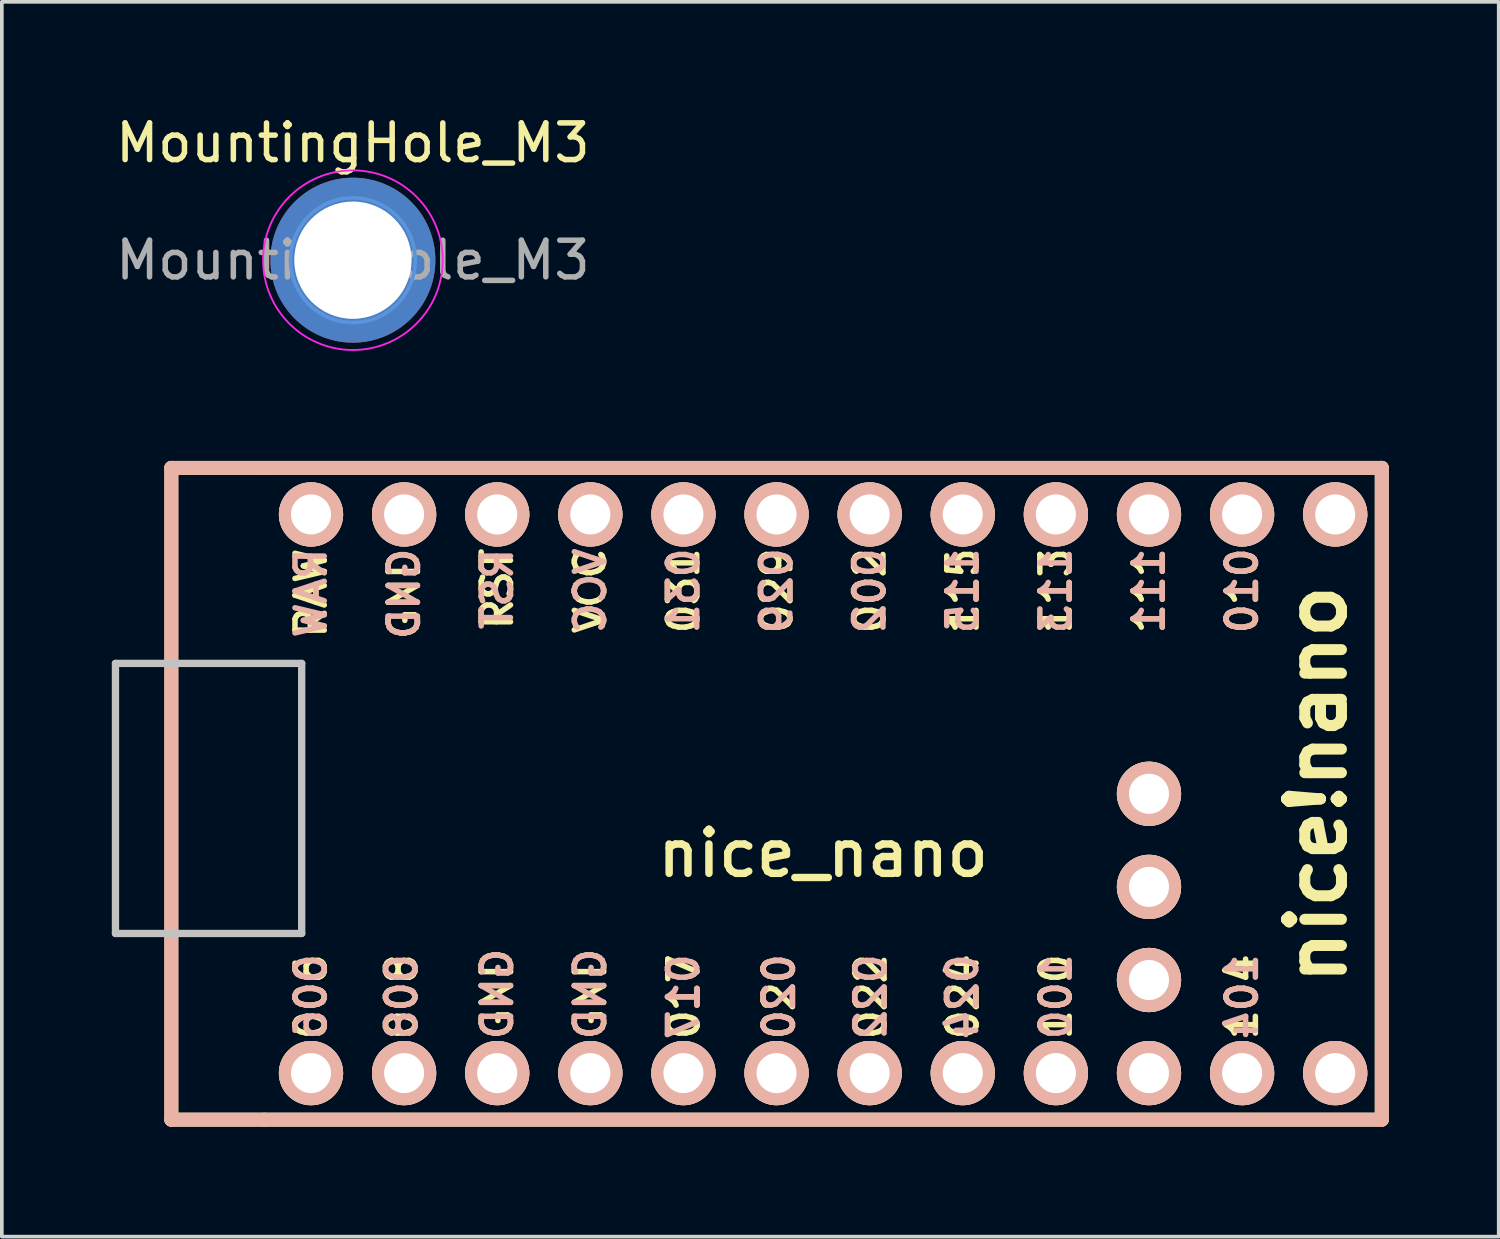
<source format=kicad_pcb>
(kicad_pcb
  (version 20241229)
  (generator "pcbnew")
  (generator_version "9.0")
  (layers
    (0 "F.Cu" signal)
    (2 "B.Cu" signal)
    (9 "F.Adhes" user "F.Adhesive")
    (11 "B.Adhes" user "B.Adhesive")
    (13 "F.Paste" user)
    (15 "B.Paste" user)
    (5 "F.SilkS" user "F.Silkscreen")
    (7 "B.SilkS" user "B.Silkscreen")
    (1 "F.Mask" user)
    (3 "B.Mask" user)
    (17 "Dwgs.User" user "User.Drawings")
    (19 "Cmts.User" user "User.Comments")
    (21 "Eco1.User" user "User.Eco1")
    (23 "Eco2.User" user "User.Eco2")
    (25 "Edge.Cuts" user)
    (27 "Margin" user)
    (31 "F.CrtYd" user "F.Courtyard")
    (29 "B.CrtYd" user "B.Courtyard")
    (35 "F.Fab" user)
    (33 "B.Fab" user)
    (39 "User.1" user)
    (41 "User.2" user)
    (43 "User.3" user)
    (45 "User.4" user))
  (footprint "MountingHole_M3"
    (layer "F.Cu")
    (at 6.577 4.048)
    (property "Reference" "MountingHole_M3" (at 0 -3.2 0) (layer "F.SilkS") (effects (font (size 1 1) (thickness 0.15))))
    (attr exclude_from_pos_files exclude_from_bom)
    (fp_circle (center 0 0) (end 1.7 0) (stroke (width 0.1) (type solid)) (fill no) (layer "Cmts.User"))
    (fp_circle (center 0 0) (end 2.45 0) (stroke (width 0.05) (type solid)) (fill no) (layer "F.CrtYd"))
    (fp_text user "${REFERENCE}" (at 0 0 0) (layer "F.Fab") (effects (font (size 1 1) (thickness 0.15))))
    (pad "1" thru_hole circle (at 0 0) (size 4.5 4.5) (drill 3.2) (layers "*.Cu" "*.Mask")))
  (footprint "nice_nano"
    (layer "F.Cu")
    (at 19.404 18.604)
    (property "Reference" "nice_nano" (at 0 1.625 180) (layer "F.SilkS") (effects (font (size 1.2 1.2) (thickness 0.203))))
    (attr through_hole exclude_from_pos_files exclude_from_bom)
    (fp_line (start -17.78 -8.89) (end -17.78 8.89) (stroke (width 0.381) (type solid)) (layer "F.SilkS"))
    (fp_line (start -17.78 8.89) (end -15.24 8.89) (stroke (width 0.381) (type solid)) (layer "F.SilkS"))
    (fp_line (start -15.24 -8.89) (end -17.78 -8.89) (stroke (width 0.381) (type solid)) (layer "F.SilkS"))
    (fp_line (start -15.24 8.89) (end 15.24 8.89) (stroke (width 0.381) (type solid)) (layer "F.SilkS"))
    (fp_line (start 15.24 -8.89) (end -15.24 -8.89) (stroke (width 0.381) (type solid)) (layer "F.SilkS"))
    (fp_line (start 15.24 8.89) (end 15.24 -8.89) (stroke (width 0.381) (type solid)) (layer "F.SilkS"))
    (fp_line (start -17.78 -8.89) (end -17.78 8.89) (stroke (width 0.381) (type solid)) (layer "B.SilkS"))
    (fp_line (start -17.78 8.89) (end 15.24 8.89) (stroke (width 0.381) (type solid)) (layer "B.SilkS"))
    (fp_line (start 15.24 -8.89) (end -17.78 -8.89) (stroke (width 0.381) (type solid)) (layer "B.SilkS"))
    (fp_line (start 15.24 8.89) (end 15.24 -8.89) (stroke (width 0.381) (type solid)) (layer "B.SilkS"))
    (fp_line (start -19.304 -3.556) (end -14.224 -3.556) (stroke (width 0.2) (type solid)) (layer "Dwgs.User"))
    (fp_line (start -19.304 3.81) (end -19.304 -3.556) (stroke (width 0.2) (type solid)) (layer "Dwgs.User"))
    (fp_line (start -14.224 -3.556) (end -14.224 3.81) (stroke (width 0.2) (type solid)) (layer "Dwgs.User"))
    (fp_line (start -14.224 3.81) (end -19.304 3.81) (stroke (width 0.2) (type solid)) (layer "Dwgs.User"))
    (fp_text user "100" (at 6.35 5.537 90) (layer "F.SilkS") (effects (font (size 0.8 0.8) (thickness 0.15))))
    (fp_text user "111" (at 8.89 -5.537 90) (layer "F.SilkS") (effects (font (size 0.8 0.8) (thickness 0.15))))
    (fp_text user "nice!nano" (at 13.462 -0.254 90) (layer "F.SilkS") (effects (font (size 1.5 1.5) (thickness 0.3))))
    (fp_text user "GND" (at -8.89 5.461 90) (layer "F.SilkS") (effects (font (size 0.8 0.8) (thickness 0.15))))
    (fp_text user "022" (at 1.3 5.537 90) (layer "F.SilkS") (effects (font (size 0.8 0.8) (thickness 0.15))))
    (fp_text user "113" (at 6.35 -5.537 90) (layer "F.SilkS") (effects (font (size 0.8 0.8) (thickness 0.15))))
    (fp_text user "GND" (at -6.35 5.461 90) (layer "F.SilkS") (effects (font (size 0.8 0.8) (thickness 0.15))))
    (fp_text user "115" (at 3.81 -5.537 90) (layer "F.SilkS") (effects (font (size 0.8 0.8) (thickness 0.15))))
    (fp_text user "RAW" (at -13.97 -5.474 90) (layer "F.SilkS") (effects (font (size 0.8 0.8) (thickness 0.15))))
    (fp_text user "008" (at -11.5 5.537 90) (layer "F.SilkS") (effects (font (size 0.8 0.8) (thickness 0.15))))
    (fp_text user "104" (at 11.43 5.537 90) (layer "F.SilkS") (effects (font (size 0.8 0.8) (thickness 0.15))))
    (fp_text user "002" (at 1.27 -5.537 90) (layer "F.SilkS") (effects (font (size 0.8 0.8) (thickness 0.15))))
    (fp_text user "029" (at -1.27 -5.537 90) (layer "F.SilkS") (effects (font (size 0.8 0.8) (thickness 0.15))))
    (fp_text user "GND" (at -11.43 -5.455 90) (layer "F.SilkS") (effects (font (size 0.8 0.8) (thickness 0.15))))
    (fp_text user "031" (at -3.81 -5.537 90) (layer "F.SilkS") (effects (font (size 0.8 0.8) (thickness 0.15))))
    (fp_text user "017" (at -3.8 5.537 90) (layer "F.SilkS") (effects (font (size 0.8 0.8) (thickness 0.15))))
    (fp_text user "020" (at -1.2 5.537 90) (layer "F.SilkS") (effects (font (size 0.8 0.8) (thickness 0.15))))
    (fp_text user "RST" (at -8.89 -5.588 90) (layer "F.SilkS") (effects (font (size 0.8 0.8) (thickness 0.15))))
    (fp_text user "VCC" (at -6.35 -5.537 90) (layer "F.SilkS") (effects (font (size 0.8 0.8) (thickness 0.15))))
    (fp_text user "006" (at -13.97 5.537 90) (layer "F.SilkS") (effects (font (size 0.8 0.8) (thickness 0.15))))
    (fp_text user "024" (at 3.81 5.537 90) (layer "F.SilkS") (effects (font (size 0.8 0.8) (thickness 0.15))))
    (fp_text user "010" (at 11.43 -5.537 90) (layer "F.SilkS") (effects (font (size 0.8 0.8) (thickness 0.15))))
    (fp_text user "115" (at 3.81 -5.537 90) (layer "B.SilkS") (effects (font (size 0.8 0.8) (thickness 0.15)) (justify mirror)))
    (fp_text user "104" (at 11.43 5.537 90) (layer "B.SilkS") (effects (font (size 0.8 0.8) (thickness 0.15)) (justify mirror)))
    (fp_text user "002" (at 1.27 -5.537 90) (layer "B.SilkS") (effects (font (size 0.8 0.8) (thickness 0.15)) (justify mirror)))
    (fp_text user "RAW" (at -13.97 -5.474 90) (layer "B.SilkS") (effects (font (size 0.8 0.8) (thickness 0.15)) (justify mirror)))
    (fp_text user "RST" (at -8.89 -5.588 90) (layer "B.SilkS") (effects (font (size 0.8 0.8) (thickness 0.15)) (justify mirror)))
    (fp_text user "GND" (at -11.43 -5.455 90) (layer "B.SilkS") (effects (font (size 0.8 0.8) (thickness 0.15)) (justify mirror)))
    (fp_text user "010" (at 11.43 -5.537 90) (layer "B.SilkS") (effects (font (size 0.8 0.8) (thickness 0.15)) (justify mirror)))
    (fp_text user "GND" (at -6.35 5.461 90) (layer "B.SilkS") (effects (font (size 0.8 0.8) (thickness 0.15)) (justify mirror)))
    (fp_text user "029" (at -1.27 -5.537 90) (layer "B.SilkS") (effects (font (size 0.8 0.8) (thickness 0.15)) (justify mirror)))
    (fp_text user "022" (at 1.3 5.537 90) (layer "B.SilkS") (effects (font (size 0.8 0.8) (thickness 0.15)) (justify mirror)))
    (fp_text user "VCC" (at -6.35 -5.537 90) (layer "B.SilkS") (effects (font (size 0.8 0.8) (thickness 0.15)) (justify mirror)))
    (fp_text user "008" (at -11.5 5.537 90) (layer "B.SilkS") (effects (font (size 0.8 0.8) (thickness 0.15)) (justify mirror)))
    (fp_text user "020" (at -1.2 5.537 90) (layer "B.SilkS") (effects (font (size 0.8 0.8) (thickness 0.15)) (justify mirror)))
    (fp_text user "GND" (at -8.89 5.461 90) (layer "B.SilkS") (effects (font (size 0.8 0.8) (thickness 0.15)) (justify mirror)))
    (fp_text user "111" (at 8.89 -5.537 90) (layer "B.SilkS") (effects (font (size 0.8 0.8) (thickness 0.15)) (justify mirror)))
    (fp_text user "113" (at 6.35 -5.537 90) (layer "B.SilkS") (effects (font (size 0.8 0.8) (thickness 0.15)) (justify mirror)))
    (fp_text user "031" (at -3.81 -5.537 90) (layer "B.SilkS") (effects (font (size 0.8 0.8) (thickness 0.15)) (justify mirror)))
    (fp_text user "024" (at 3.8 5.537 90) (layer "B.SilkS") (effects (font (size 0.8 0.8) (thickness 0.15)) (justify mirror)))
    (fp_text user "006" (at -13.97 5.537 90) (layer "B.SilkS") (effects (font (size 0.8 0.8) (thickness 0.15)) (justify mirror)))
    (fp_text user "017" (at -3.81 5.537 90) (layer "B.SilkS") (effects (font (size 0.8 0.8) (thickness 0.15)) (justify mirror)))
    (fp_text user "100" (at 6.35 5.537 90) (layer "B.SilkS") (effects (font (size 0.8 0.8) (thickness 0.15)) (justify mirror)))
    (pad "1" thru_hole circle (at -13.97 7.62) (size 1.753 1.753) (drill 1.092) (layers "*.Cu" "*.SilkS" "*.Mask"))
    (pad "2" thru_hole circle (at -11.43 7.62) (size 1.753 1.753) (drill 1.092) (layers "*.Cu" "*.SilkS" "*.Mask"))
    (pad "3" thru_hole circle (at -8.89 7.62) (size 1.753 1.753) (drill 1.092) (layers "*.Cu" "*.SilkS" "*.Mask"))
    (pad "4" thru_hole circle (at -6.35 7.62) (size 1.753 1.753) (drill 1.092) (layers "*.Cu" "*.SilkS" "*.Mask"))
    (pad "5" thru_hole circle (at -3.81 7.62) (size 1.753 1.753) (drill 1.092) (layers "*.Cu" "*.SilkS" "*.Mask"))
    (pad "6" thru_hole circle (at -1.27 7.62) (size 1.753 1.753) (drill 1.092) (layers "*.Cu" "*.SilkS" "*.Mask"))
    (pad "7" thru_hole circle (at 1.27 7.62) (size 1.753 1.753) (drill 1.092) (layers "*.Cu" "*.SilkS" "*.Mask"))
    (pad "8" thru_hole circle (at 3.81 7.62) (size 1.753 1.753) (drill 1.092) (layers "*.Cu" "*.SilkS" "*.Mask"))
    (pad "9" thru_hole circle (at 6.35 7.62) (size 1.753 1.753) (drill 1.092) (layers "*.Cu" "*.SilkS" "*.Mask"))
    (pad "10" thru_hole circle (at 8.89 7.62) (size 1.753 1.753) (drill 1.092) (layers "*.Cu" "*.SilkS" "*.Mask"))
    (pad "11" thru_hole circle (at 11.43 7.62) (size 1.753 1.753) (drill 1.092) (layers "*.Cu" "*.SilkS" "*.Mask"))
    (pad "12" thru_hole circle (at 13.97 7.62) (size 1.753 1.753) (drill 1.092) (layers "*.Cu" "*.SilkS" "*.Mask"))
    (pad "13" thru_hole circle (at 13.97 -7.62) (size 1.753 1.753) (drill 1.092) (layers "*.Cu" "*.SilkS" "*.Mask"))
    (pad "14" thru_hole circle (at 11.43 -7.62) (size 1.753 1.753) (drill 1.092) (layers "*.Cu" "*.SilkS" "*.Mask"))
    (pad "15" thru_hole circle (at 8.89 -7.62) (size 1.753 1.753) (drill 1.092) (layers "*.Cu" "*.SilkS" "*.Mask"))
    (pad "16" thru_hole circle (at 6.35 -7.62) (size 1.753 1.753) (drill 1.092) (layers "*.Cu" "*.SilkS" "*.Mask"))
    (pad "17" thru_hole circle (at 3.81 -7.62) (size 1.753 1.753) (drill 1.092) (layers "*.Cu" "*.SilkS" "*.Mask"))
    (pad "18" thru_hole circle (at 1.27 -7.62) (size 1.753 1.753) (drill 1.092) (layers "*.Cu" "*.SilkS" "*.Mask"))
    (pad "19" thru_hole circle (at -1.27 -7.62) (size 1.753 1.753) (drill 1.092) (layers "*.Cu" "*.SilkS" "*.Mask"))
    (pad "20" thru_hole circle (at -3.81 -7.62) (size 1.753 1.753) (drill 1.092) (layers "*.Cu" "*.SilkS" "*.Mask"))
    (pad "21" thru_hole circle (at -6.35 -7.62) (size 1.753 1.753) (drill 1.092) (layers "*.Cu" "*.SilkS" "*.Mask"))
    (pad "22" thru_hole circle (at -8.89 -7.62) (size 1.753 1.753) (drill 1.092) (layers "*.Cu" "*.SilkS" "*.Mask"))
    (pad "23" thru_hole circle (at -11.43 -7.62) (size 1.753 1.753) (drill 1.092) (layers "*.Cu" "*.SilkS" "*.Mask"))
    (pad "24" thru_hole circle (at -13.97 -7.62) (size 1.753 1.753) (drill 1.092) (layers "*.Cu" "*.SilkS" "*.Mask"))
    (pad "31" thru_hole circle (at 8.89 5.08) (size 1.753 1.753) (drill 1.092) (layers "*.Cu" "*.SilkS" "*.Mask"))
    (pad "32" thru_hole circle (at 8.89 2.54) (size 1.753 1.753) (drill 1.092) (layers "*.Cu" "*.SilkS" "*.Mask"))
    (pad "33" thru_hole circle (at 8.89 0) (size 1.753 1.753) (drill 1.092) (layers "*.Cu" "*.SilkS" "*.Mask")))
  (gr_rect
    (start -3 -3)
    (end 37.834 30.684)
    (stroke (width 0.1) (type default))
    (fill no)
    (layer "Edge.Cuts")))
</source>
